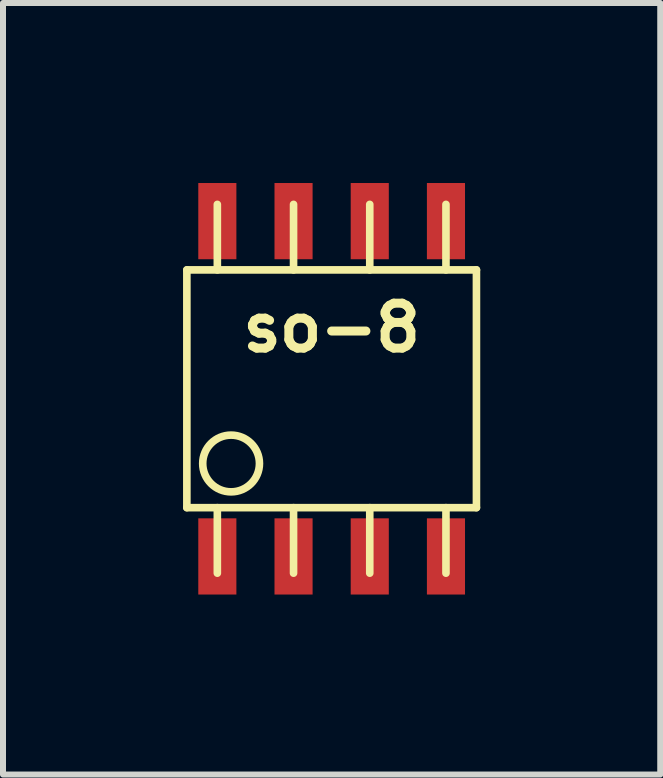
<source format=kicad_pcb>
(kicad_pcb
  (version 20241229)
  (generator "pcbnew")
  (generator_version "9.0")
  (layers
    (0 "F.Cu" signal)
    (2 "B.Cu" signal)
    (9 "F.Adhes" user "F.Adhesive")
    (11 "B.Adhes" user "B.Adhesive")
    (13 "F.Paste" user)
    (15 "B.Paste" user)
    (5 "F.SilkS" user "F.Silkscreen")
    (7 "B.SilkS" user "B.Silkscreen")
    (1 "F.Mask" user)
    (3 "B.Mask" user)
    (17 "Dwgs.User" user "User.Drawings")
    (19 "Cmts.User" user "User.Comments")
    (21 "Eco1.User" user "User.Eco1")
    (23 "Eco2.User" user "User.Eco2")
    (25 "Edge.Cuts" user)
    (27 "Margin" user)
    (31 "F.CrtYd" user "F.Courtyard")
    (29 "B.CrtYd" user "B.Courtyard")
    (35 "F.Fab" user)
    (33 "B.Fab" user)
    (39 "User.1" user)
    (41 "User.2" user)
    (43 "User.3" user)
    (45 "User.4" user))
  (footprint "so-8"
    (layer "F.Cu")
    (at 2.477 3.429)
    (property "Reference" "so-8" (at 0 -1.016 0) (layer "F.SilkS") (effects (font (size 0.749 0.749) (thickness 0.15))))
    (attr smd)
    (fp_line (start -2.413 -1.981) (end -2.413 1.981) (stroke (width 0.127) (type solid)) (layer "F.SilkS"))
    (fp_line (start -2.413 1.981) (end 2.413 1.981) (stroke (width 0.127) (type solid)) (layer "F.SilkS"))
    (fp_line (start -1.905 -1.981) (end -1.905 -3.073) (stroke (width 0.127) (type solid)) (layer "F.SilkS"))
    (fp_line (start -1.905 3.073) (end -1.905 1.981) (stroke (width 0.127) (type solid)) (layer "F.SilkS"))
    (fp_line (start -0.635 -1.981) (end -0.635 -3.073) (stroke (width 0.127) (type solid)) (layer "F.SilkS"))
    (fp_line (start -0.635 3.073) (end -0.635 1.981) (stroke (width 0.127) (type solid)) (layer "F.SilkS"))
    (fp_line (start 0.635 -1.981) (end 0.635 -3.073) (stroke (width 0.127) (type solid)) (layer "F.SilkS"))
    (fp_line (start 0.635 3.073) (end 0.635 1.981) (stroke (width 0.127) (type solid)) (layer "F.SilkS"))
    (fp_line (start 1.905 -3.073) (end 1.905 -1.981) (stroke (width 0.127) (type solid)) (layer "F.SilkS"))
    (fp_line (start 1.905 1.981) (end 1.905 3.073) (stroke (width 0.127) (type solid)) (layer "F.SilkS"))
    (fp_line (start 2.413 -1.981) (end -2.413 -1.981) (stroke (width 0.127) (type solid)) (layer "F.SilkS"))
    (fp_line (start 2.413 1.981) (end 2.413 -1.981) (stroke (width 0.127) (type solid)) (layer "F.SilkS"))
    (fp_circle (center -1.676 1.245) (end -1.956 1.626) (stroke (width 0.127) (type solid)) (fill no) (layer "F.SilkS"))
    (pad "1" smd rect (at -1.905 2.794) (size 0.635 1.27) (layers "F.Cu" "F.Mask" "F.Paste"))
    (pad "2" smd rect (at -0.635 2.794) (size 0.635 1.27) (layers "F.Cu" "F.Mask" "F.Paste"))
    (pad "3" smd rect (at 0.635 2.794) (size 0.635 1.27) (layers "F.Cu" "F.Mask" "F.Paste"))
    (pad "4" smd rect (at 1.905 2.794) (size 0.635 1.27) (layers "F.Cu" "F.Mask" "F.Paste"))
    (pad "5" smd rect (at 1.905 -2.794) (size 0.635 1.27) (layers "F.Cu" "F.Mask" "F.Paste"))
    (pad "6" smd rect (at 0.635 -2.794) (size 0.635 1.27) (layers "F.Cu" "F.Mask" "F.Paste"))
    (pad "7" smd rect (at -0.635 -2.794) (size 0.635 1.27) (layers "F.Cu" "F.Mask" "F.Paste"))
    (pad "8" smd rect (at -1.905 -2.794) (size 0.635 1.27) (layers "F.Cu" "F.Mask" "F.Paste")))
  (gr_rect
    (start -3 -3)
    (end 7.953 9.858)
    (stroke (width 0.1) (type default))
    (fill no)
    (layer "Edge.Cuts")))
</source>
